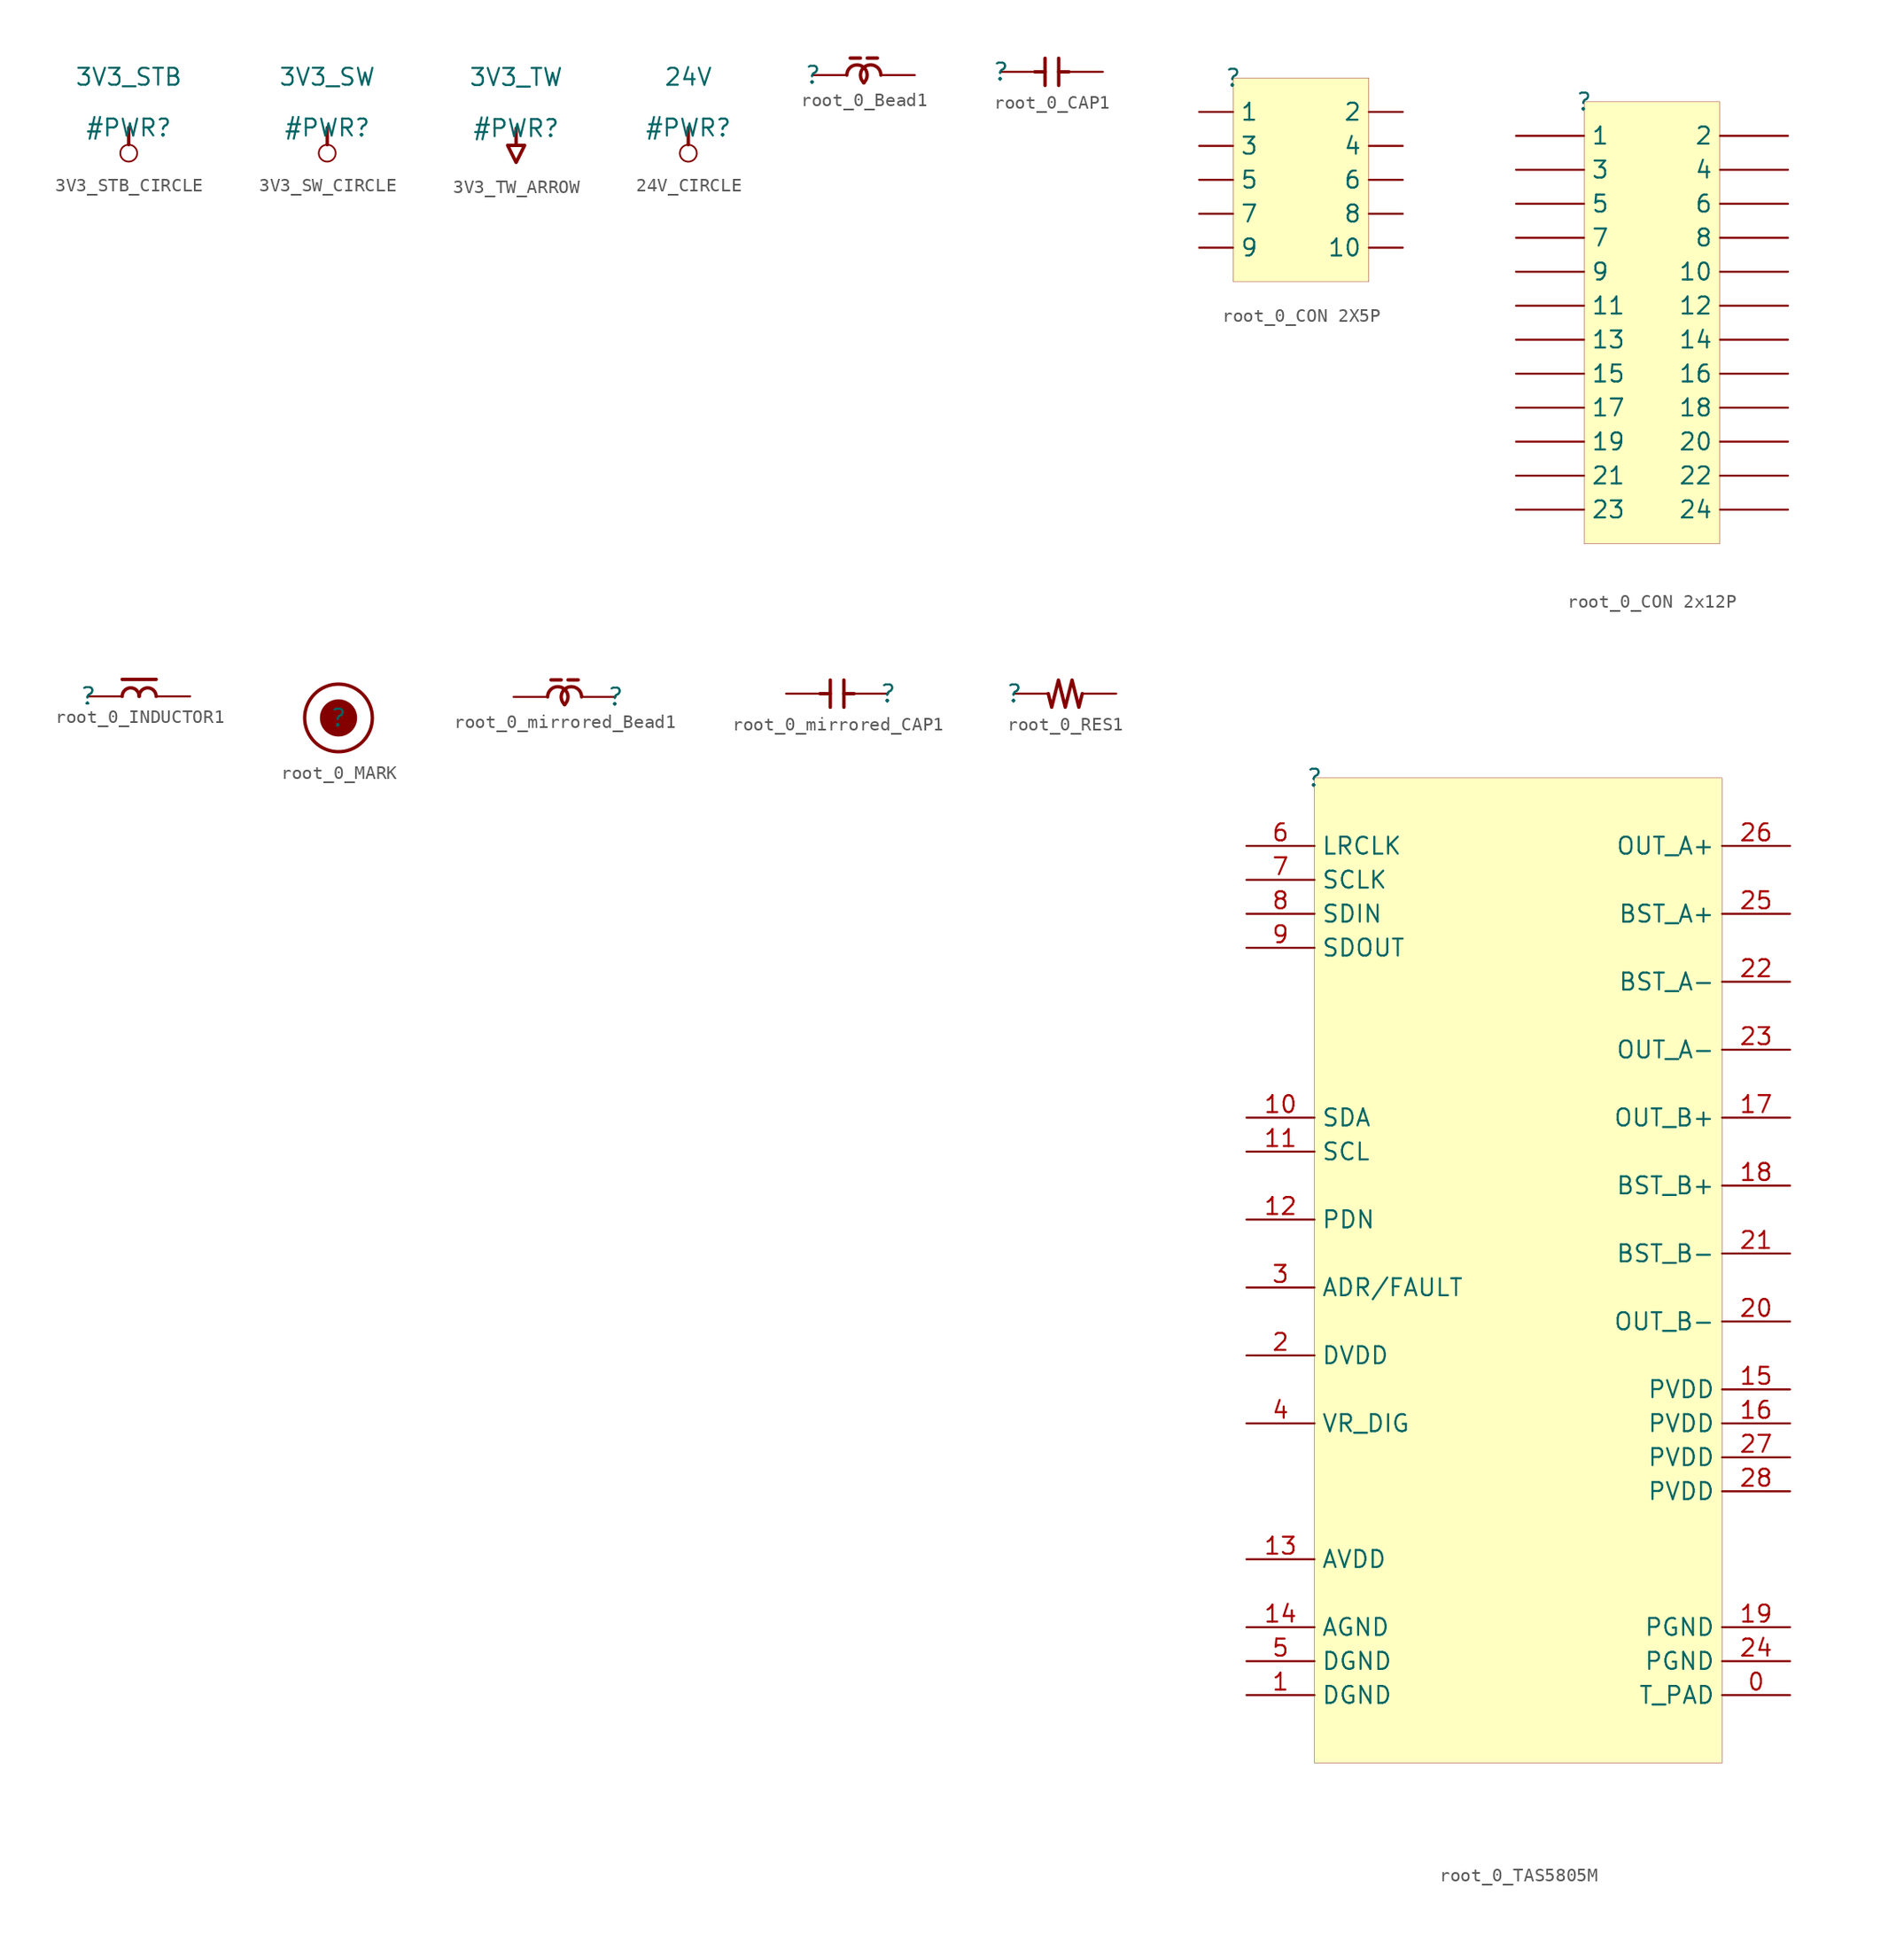
<source format=kicad_sym>
(kicad_symbol_lib
  (version 20231120)
  (generator "kicad_symbol_editor")
  (generator_version "8.0")
  (symbol "3V3_STB_CIRCLE"
    (power)
    (property "Reference" "#PWR"
      (at 0 0 0)
      (effects (font (size 1.27 1.27))))
    (property "Value" "3V3_STB"
      (at 0 3.81 0)
      (effects (font (size 1.27 1.27))))
    (symbol "3V3_STB_CIRCLE_0_0"
      (circle (center 0 -1.905) (radius 0.635) (stroke (width 0.127) (type solid)) (fill (type none)))
      (polyline (pts (xy 0 0) (xy 0 -1.27)) (stroke (width 0.254) (type solid)) (fill (type none)))
      (pin power_in line (at 0 0 0) (length 0) hide (name "3V3_STB" (effects (font (size 1.27 1.27)))) (number "" (effects (font (size 1.27 1.27)))))))
  (symbol "3V3_SW_CIRCLE"
    (power)
    (property "Reference" "#PWR"
      (at 0 0 0)
      (effects (font (size 1.27 1.27))))
    (property "Value" "3V3_SW"
      (at 0 3.81 0)
      (effects (font (size 1.27 1.27))))
    (symbol "3V3_SW_CIRCLE_0_0"
      (circle (center 0 -1.905) (radius 0.635) (stroke (width 0.127) (type solid)) (fill (type none)))
      (polyline (pts (xy 0 0) (xy 0 -1.27)) (stroke (width 0.254) (type solid)) (fill (type none)))
      (pin power_in line (at 0 0 0) (length 0) hide (name "3V3_SW" (effects (font (size 1.27 1.27)))) (number "" (effects (font (size 1.27 1.27)))))))
  (symbol "3V3_TW_ARROW"
    (power)
    (property "Reference" "#PWR"
      (at 0 0 0)
      (effects (font (size 1.27 1.27))))
    (property "Value" "3V3_TW"
      (at 0 3.81 0)
      (effects (font (size 1.27 1.27))))
    (symbol "3V3_TW_ARROW_0_0"
      (polyline (pts (xy 0 0) (xy 0 -1.27)) (stroke (width 0.254) (type solid)) (fill (type none)))
      (polyline (pts (xy -0.635 -1.27) (xy 0.635 -1.27) (xy 0 -2.54) (xy -0.635 -1.27)) (stroke (width 0.254) (type solid)) (fill (type none)))
      (pin power_in line (at 0 0 0) (length 0) hide (name "3V3_TW" (effects (font (size 1.27 1.27)))) (number "" (effects (font (size 1.27 1.27)))))))
  (symbol "24V_CIRCLE"
    (power)
    (property "Reference" "#PWR"
      (at 0 0 0)
      (effects (font (size 1.27 1.27))))
    (property "Value" "24V"
      (at 0 3.81 0)
      (effects (font (size 1.27 1.27))))
    (symbol "24V_CIRCLE_0_0"
      (circle (center 0 -1.905) (radius 0.635) (stroke (width 0.127) (type solid)) (fill (type none)))
      (polyline (pts (xy 0 0) (xy 0 -1.27)) (stroke (width 0.254) (type solid)) (fill (type none)))
      (pin power_in line (at 0 0 0) (length 0) hide (name "24V" (effects (font (size 1.27 1.27)))) (number "" (effects (font (size 1.27 1.27)))))))
  (symbol "root_0_Bead1"
    (property "Reference" ""
      (at 0 0 0)
      (effects (font (size 1.27 1.27))))
    (property "Value" ""
      (at 0 0 0)
      (effects (font (size 1.27 1.27))))
    (symbol "root_0_Bead1_1_0"
      (polyline (pts (xy 2.794 1.27) (xy 3.556 1.27)) (stroke (width 0.254) (type solid)) (fill (type none)))
      (polyline (pts (xy 4.064 1.27) (xy 4.826 1.27)) (stroke (width 0.254) (type solid)) (fill (type none)))
      (arc (start 3.7918 -0.5837) (mid 3.624 0.6906) (end 2.54 0) (stroke (width 0.254) (type solid)) (fill (type none)))
      (arc (start 5.08 0) (mid 3.996 0.6906) (end 3.8282 -0.5837) (stroke (width 0.254) (type solid)) (fill (type none)))
      (pin passive line (at 0 0 0) (length 2.54) (name "1" (effects (font (size 0 0)))) (number "1" (effects (font (size 0 0)))))
      (pin passive line (at 7.62 0 180) (length 2.54) (name "2" (effects (font (size 0 0)))) (number "2" (effects (font (size 0 0)))))))
  (symbol "root_0_CAP1"
    (property "Reference" ""
      (at 0 0 0)
      (effects (font (size 1.27 1.27))))
    (property "Value" ""
      (at 0 0 0)
      (effects (font (size 1.27 1.27))))
    (symbol "root_0_CAP1_1_0"
      (polyline (pts (xy 2.54 0) (xy 3.302 0)) (stroke (width 0.254) (type solid)) (fill (type none)))
      (polyline (pts (xy 3.302 1.016) (xy 3.302 -1.016)) (stroke (width 0.254) (type solid)) (fill (type none)))
      (polyline (pts (xy 4.318 1.016) (xy 4.318 -1.016)) (stroke (width 0.254) (type solid)) (fill (type none)))
      (polyline (pts (xy 5.08 0) (xy 4.318 0)) (stroke (width 0.254) (type solid)) (fill (type none)))
      (pin passive line (at 0 0 0) (length 2.54) (name "1" (effects (font (size 0 0)))) (number "1" (effects (font (size 0 0)))))
      (pin passive line (at 7.62 0 180) (length 2.54) (name "2" (effects (font (size 0 0)))) (number "2" (effects (font (size 0 0)))))))
  (symbol "root_0_CON 2X5P"
    (property "Reference" ""
      (at 0 0 0)
      (effects (font (size 1.27 1.27))))
    (property "Value" ""
      (at 0 0 0)
      (effects (font (size 1.27 1.27))))
    (symbol "root_0_CON 2X5P_1_0"
      (rectangle (start 10.16 0) (end 0 -15.24) (stroke (width 0.025) (type solid) (color 128 0 0 1)) (fill (type background)))
      (pin passive line (at -2.54 -2.54 0) (length 2.54) (name "1" (effects (font (size 1.27 1.27)))) (number "1" (effects (font (size 0 0)))))
      (pin passive line (at 12.7 -12.7 180) (length 2.54) (name "10" (effects (font (size 1.27 1.27)))) (number "10" (effects (font (size 0 0)))))
      (pin passive line (at 12.7 -2.54 180) (length 2.54) (name "2" (effects (font (size 1.27 1.27)))) (number "2" (effects (font (size 0 0)))))
      (pin passive line (at -2.54 -5.08 0) (length 2.54) (name "3" (effects (font (size 1.27 1.27)))) (number "3" (effects (font (size 0 0)))))
      (pin passive line (at 12.7 -5.08 180) (length 2.54) (name "4" (effects (font (size 1.27 1.27)))) (number "4" (effects (font (size 0 0)))))
      (pin passive line (at -2.54 -7.62 0) (length 2.54) (name "5" (effects (font (size 1.27 1.27)))) (number "5" (effects (font (size 0 0)))))
      (pin passive line (at 12.7 -7.62 180) (length 2.54) (name "6" (effects (font (size 1.27 1.27)))) (number "6" (effects (font (size 0 0)))))
      (pin passive line (at -2.54 -10.16 0) (length 2.54) (name "7" (effects (font (size 1.27 1.27)))) (number "7" (effects (font (size 0 0)))))
      (pin passive line (at 12.7 -10.16 180) (length 2.54) (name "8" (effects (font (size 1.27 1.27)))) (number "8" (effects (font (size 0 0)))))
      (pin passive line (at -2.54 -12.7 0) (length 2.54) (name "9" (effects (font (size 1.27 1.27)))) (number "9" (effects (font (size 0 0)))))))
  (symbol "root_0_CON 2x12P"
    (property "Reference" ""
      (at 0 0 0)
      (effects (font (size 1.27 1.27))))
    (property "Value" ""
      (at 0 0 0)
      (effects (font (size 1.27 1.27))))
    (symbol "root_0_CON 2x12P_1_0"
      (rectangle (start 10.16 0) (end 0 -33.02) (stroke (width 0.025) (type solid) (color 128 0 0 1)) (fill (type background)))
      (pin passive line (at -5.08 -2.54 0) (length 5.08) (name "1" (effects (font (size 1.27 1.27)))) (number "1" (effects (font (size 0 0)))))
      (pin passive line (at 15.24 -12.7 180) (length 5.08) (name "10" (effects (font (size 1.27 1.27)))) (number "10" (effects (font (size 0 0)))))
      (pin passive line (at -5.08 -15.24 0) (length 5.08) (name "11" (effects (font (size 1.27 1.27)))) (number "11" (effects (font (size 0 0)))))
      (pin passive line (at 15.24 -15.24 180) (length 5.08) (name "12" (effects (font (size 1.27 1.27)))) (number "12" (effects (font (size 0 0)))))
      (pin passive line (at -5.08 -17.78 0) (length 5.08) (name "13" (effects (font (size 1.27 1.27)))) (number "13" (effects (font (size 0 0)))))
      (pin passive line (at 15.24 -17.78 180) (length 5.08) (name "14" (effects (font (size 1.27 1.27)))) (number "14" (effects (font (size 0 0)))))
      (pin passive line (at -5.08 -20.32 0) (length 5.08) (name "15" (effects (font (size 1.27 1.27)))) (number "15" (effects (font (size 0 0)))))
      (pin passive line (at 15.24 -20.32 180) (length 5.08) (name "16" (effects (font (size 1.27 1.27)))) (number "16" (effects (font (size 0 0)))))
      (pin passive line (at -5.08 -22.86 0) (length 5.08) (name "17" (effects (font (size 1.27 1.27)))) (number "17" (effects (font (size 0 0)))))
      (pin passive line (at 15.24 -22.86 180) (length 5.08) (name "18" (effects (font (size 1.27 1.27)))) (number "18" (effects (font (size 0 0)))))
      (pin passive line (at -5.08 -25.4 0) (length 5.08) (name "19" (effects (font (size 1.27 1.27)))) (number "19" (effects (font (size 0 0)))))
      (pin passive line (at 15.24 -2.54 180) (length 5.08) (name "2" (effects (font (size 1.27 1.27)))) (number "2" (effects (font (size 0 0)))))
      (pin passive line (at 15.24 -25.4 180) (length 5.08) (name "20" (effects (font (size 1.27 1.27)))) (number "20" (effects (font (size 0 0)))))
      (pin passive line (at -5.08 -27.94 0) (length 5.08) (name "21" (effects (font (size 1.27 1.27)))) (number "21" (effects (font (size 0 0)))))
      (pin passive line (at 15.24 -27.94 180) (length 5.08) (name "22" (effects (font (size 1.27 1.27)))) (number "22" (effects (font (size 0 0)))))
      (pin passive line (at -5.08 -30.48 0) (length 5.08) (name "23" (effects (font (size 1.27 1.27)))) (number "23" (effects (font (size 0 0)))))
      (pin passive line (at 15.24 -30.48 180) (length 5.08) (name "24" (effects (font (size 1.27 1.27)))) (number "24" (effects (font (size 0 0)))))
      (pin passive line (at -5.08 -5.08 0) (length 5.08) (name "3" (effects (font (size 1.27 1.27)))) (number "3" (effects (font (size 0 0)))))
      (pin passive line (at 15.24 -5.08 180) (length 5.08) (name "4" (effects (font (size 1.27 1.27)))) (number "4" (effects (font (size 0 0)))))
      (pin passive line (at -5.08 -7.62 0) (length 5.08) (name "5" (effects (font (size 1.27 1.27)))) (number "5" (effects (font (size 0 0)))))
      (pin passive line (at 15.24 -7.62 180) (length 5.08) (name "6" (effects (font (size 1.27 1.27)))) (number "6" (effects (font (size 0 0)))))
      (pin passive line (at -5.08 -10.16 0) (length 5.08) (name "7" (effects (font (size 1.27 1.27)))) (number "7" (effects (font (size 0 0)))))
      (pin passive line (at 15.24 -10.16 180) (length 5.08) (name "8" (effects (font (size 1.27 1.27)))) (number "8" (effects (font (size 0 0)))))
      (pin passive line (at -5.08 -12.7 0) (length 5.08) (name "9" (effects (font (size 1.27 1.27)))) (number "9" (effects (font (size 0 0)))))))
  (symbol "root_0_INDUCTOR1"
    (property "Reference" ""
      (at 0 0 0)
      (effects (font (size 1.27 1.27))))
    (property "Value" ""
      (at 0 0 0)
      (effects (font (size 1.27 1.27))))
    (symbol "root_0_INDUCTOR1_1_0"
      (polyline (pts (xy 2.54 1.27) (xy 5.08 1.27)) (stroke (width 0.254) (type solid)) (fill (type none)))
      (arc (start 3.81 0) (mid 3.175 0.635) (end 2.54 0) (stroke (width 0.254) (type solid)) (fill (type none)))
      (arc (start 5.08 0) (mid 4.445 0.635) (end 3.81 0) (stroke (width 0.254) (type solid)) (fill (type none)))
      (pin passive line (at 0 0 0) (length 2.54) (name "1" (effects (font (size 0 0)))) (number "1" (effects (font (size 0 0)))))
      (pin passive line (at 7.62 0 180) (length 2.54) (name "2" (effects (font (size 0 0)))) (number "2" (effects (font (size 0 0)))))))
  (symbol "root_0_MARK"
    (property "Reference" ""
      (at 0 0 0)
      (effects (font (size 1.27 1.27))))
    (property "Value" ""
      (at 0 0 0)
      (effects (font (size 1.27 1.27))))
    (symbol "root_0_MARK_1_0"
      (circle (center 0 0) (radius 1.27) (stroke (width 0.254) (type solid)) (fill (type outline)))
      (circle (center 0 0) (radius 2.54) (stroke (width 0.254) (type solid)) (fill (type none)))
      (pin passive line (at 1.27 0 180) (length 1.27) (name "MK_B" (effects (font (size 0 0)))) (number "MK_B" (effects (font (size 0 0)))))
      (pin passive line (at -1.27 0 0) (length 1.27) (name "MK_T" (effects (font (size 0 0)))) (number "MK_T" (effects (font (size 0 0)))))))
  (symbol "root_0_mirrored_Bead1"
    (property "Reference" ""
      (at 0 0 0)
      (effects (font (size 1.27 1.27))))
    (property "Value" ""
      (at 0 0 0)
      (effects (font (size 1.27 1.27))))
    (symbol "root_0_mirrored_Bead1_1_0"
      (arc (start -3.8282 -0.5837) (mid -3.996 0.6906) (end -5.08 0) (stroke (width 0.254) (type solid)) (fill (type none)))
      (arc (start -2.54 0) (mid -3.624 0.6906) (end -3.7918 -0.5837) (stroke (width 0.254) (type solid)) (fill (type none)))
      (polyline (pts (xy -4.064 1.27) (xy -4.826 1.27)) (stroke (width 0.254) (type solid)) (fill (type none)))
      (polyline (pts (xy -2.794 1.27) (xy -3.556 1.27)) (stroke (width 0.254) (type solid)) (fill (type none)))
      (pin passive line (at 0 0 180) (length 2.54) (name "1" (effects (font (size 0 0)))) (number "1" (effects (font (size 0 0)))))
      (pin passive line (at -7.62 0 0) (length 2.54) (name "2" (effects (font (size 0 0)))) (number "2" (effects (font (size 0 0)))))))
  (symbol "root_0_mirrored_CAP1"
    (property "Reference" ""
      (at 0 0 0)
      (effects (font (size 1.27 1.27))))
    (property "Value" ""
      (at 0 0 0)
      (effects (font (size 1.27 1.27))))
    (symbol "root_0_mirrored_CAP1_1_0"
      (polyline (pts (xy -5.08 0) (xy -4.318 0)) (stroke (width 0.254) (type solid)) (fill (type none)))
      (polyline (pts (xy -4.318 1.016) (xy -4.318 -1.016)) (stroke (width 0.254) (type solid)) (fill (type none)))
      (polyline (pts (xy -3.302 1.016) (xy -3.302 -1.016)) (stroke (width 0.254) (type solid)) (fill (type none)))
      (polyline (pts (xy -2.54 0) (xy -3.302 0)) (stroke (width 0.254) (type solid)) (fill (type none)))
      (pin passive line (at 0 0 180) (length 2.54) (name "1" (effects (font (size 0 0)))) (number "1" (effects (font (size 0 0)))))
      (pin passive line (at -7.62 0 0) (length 2.54) (name "2" (effects (font (size 0 0)))) (number "2" (effects (font (size 0 0)))))))
  (symbol "root_0_RES1"
    (property "Reference" ""
      (at 0 0 0)
      (effects (font (size 1.27 1.27))))
    (property "Value" ""
      (at 0 0 0)
      (effects (font (size 1.27 1.27))))
    (symbol "root_0_RES1_1_0"
      (polyline (pts (xy 2.54 0) (xy 2.794 -1.016) (xy 3.302 1.016) (xy 3.81 -1.016) (xy 4.318 1.016) (xy 4.826 -1.016) (xy 5.08 0)) (stroke (width 0.254) (type solid)) (fill (type none)))
      (pin passive line (at 0 0 0) (length 2.54) (name "1" (effects (font (size 0 0)))) (number "1" (effects (font (size 0 0)))))
      (pin passive line (at 7.62 0 180) (length 2.54) (name "2" (effects (font (size 0 0)))) (number "2" (effects (font (size 0 0)))))))
  (symbol "root_0_TAS5805M"
    (property "Reference" ""
      (at 0 0 0)
      (effects (font (size 1.27 1.27))))
    (property "Value" ""
      (at 0 0 0)
      (effects (font (size 1.27 1.27))))
    (symbol "root_0_TAS5805M_1_0"
      (rectangle (start 30.48 0) (end 0 -73.66) (stroke (width 0.025) (type solid) (color 128 0 0 1)) (fill (type background)))
      (pin passive line (at 35.56 -68.58 180) (length 5.08) (name "T_PAD" (effects (font (size 1.27 1.27)))) (number "0" (effects (font (size 1.27 1.27)))))
      (pin passive line (at -5.08 -68.58 0) (length 5.08) (name "DGND" (effects (font (size 1.27 1.27)))) (number "1" (effects (font (size 1.27 1.27)))))
      (pin passive line (at -5.08 -25.4 0) (length 5.08) (name "SDA" (effects (font (size 1.27 1.27)))) (number "10" (effects (font (size 1.27 1.27)))))
      (pin passive line (at -5.08 -27.94 0) (length 5.08) (name "SCL" (effects (font (size 1.27 1.27)))) (number "11" (effects (font (size 1.27 1.27)))))
      (pin passive line (at -5.08 -33.02 0) (length 5.08) (name "PDN" (effects (font (size 1.27 1.27)))) (number "12" (effects (font (size 1.27 1.27)))))
      (pin passive line (at -5.08 -58.42 0) (length 5.08) (name "AVDD" (effects (font (size 1.27 1.27)))) (number "13" (effects (font (size 1.27 1.27)))))
      (pin passive line (at -5.08 -63.5 0) (length 5.08) (name "AGND" (effects (font (size 1.27 1.27)))) (number "14" (effects (font (size 1.27 1.27)))))
      (pin passive line (at 35.56 -45.72 180) (length 5.08) (name "PVDD" (effects (font (size 1.27 1.27)))) (number "15" (effects (font (size 1.27 1.27)))))
      (pin passive line (at 35.56 -48.26 180) (length 5.08) (name "PVDD" (effects (font (size 1.27 1.27)))) (number "16" (effects (font (size 1.27 1.27)))))
      (pin passive line (at 35.56 -25.4 180) (length 5.08) (name "OUT_B+" (effects (font (size 1.27 1.27)))) (number "17" (effects (font (size 1.27 1.27)))))
      (pin passive line (at 35.56 -30.48 180) (length 5.08) (name "BST_B+" (effects (font (size 1.27 1.27)))) (number "18" (effects (font (size 1.27 1.27)))))
      (pin passive line (at 35.56 -63.5 180) (length 5.08) (name "PGND" (effects (font (size 1.27 1.27)))) (number "19" (effects (font (size 1.27 1.27)))))
      (pin passive line (at -5.08 -43.18 0) (length 5.08) (name "DVDD" (effects (font (size 1.27 1.27)))) (number "2" (effects (font (size 1.27 1.27)))))
      (pin passive line (at 35.56 -40.64 180) (length 5.08) (name "OUT_B-" (effects (font (size 1.27 1.27)))) (number "20" (effects (font (size 1.27 1.27)))))
      (pin passive line (at 35.56 -35.56 180) (length 5.08) (name "BST_B-" (effects (font (size 1.27 1.27)))) (number "21" (effects (font (size 1.27 1.27)))))
      (pin passive line (at 35.56 -15.24 180) (length 5.08) (name "BST_A-" (effects (font (size 1.27 1.27)))) (number "22" (effects (font (size 1.27 1.27)))))
      (pin passive line (at 35.56 -20.32 180) (length 5.08) (name "OUT_A-" (effects (font (size 1.27 1.27)))) (number "23" (effects (font (size 1.27 1.27)))))
      (pin passive line (at 35.56 -66.04 180) (length 5.08) (name "PGND" (effects (font (size 1.27 1.27)))) (number "24" (effects (font (size 1.27 1.27)))))
      (pin passive line (at 35.56 -10.16 180) (length 5.08) (name "BST_A+" (effects (font (size 1.27 1.27)))) (number "25" (effects (font (size 1.27 1.27)))))
      (pin passive line (at 35.56 -5.08 180) (length 5.08) (name "OUT_A+" (effects (font (size 1.27 1.27)))) (number "26" (effects (font (size 1.27 1.27)))))
      (pin passive line (at 35.56 -50.8 180) (length 5.08) (name "PVDD" (effects (font (size 1.27 1.27)))) (number "27" (effects (font (size 1.27 1.27)))))
      (pin passive line (at 35.56 -53.34 180) (length 5.08) (name "PVDD" (effects (font (size 1.27 1.27)))) (number "28" (effects (font (size 1.27 1.27)))))
      (pin passive line (at -5.08 -38.1 0) (length 5.08) (name "ADR/FAULT" (effects (font (size 1.27 1.27)))) (number "3" (effects (font (size 1.27 1.27)))))
      (pin passive line (at -5.08 -48.26 0) (length 5.08) (name "VR_DIG" (effects (font (size 1.27 1.27)))) (number "4" (effects (font (size 1.27 1.27)))))
      (pin passive line (at -5.08 -66.04 0) (length 5.08) (name "DGND" (effects (font (size 1.27 1.27)))) (number "5" (effects (font (size 1.27 1.27)))))
      (pin passive line (at -5.08 -5.08 0) (length 5.08) (name "LRCLK" (effects (font (size 1.27 1.27)))) (number "6" (effects (font (size 1.27 1.27)))))
      (pin passive line (at -5.08 -7.62 0) (length 5.08) (name "SCLK" (effects (font (size 1.27 1.27)))) (number "7" (effects (font (size 1.27 1.27)))))
      (pin passive line (at -5.08 -10.16 0) (length 5.08) (name "SDIN" (effects (font (size 1.27 1.27)))) (number "8" (effects (font (size 1.27 1.27)))))
      (pin passive line (at -5.08 -12.7 0) (length 5.08) (name "SDOUT" (effects (font (size 1.27 1.27)))) (number "9" (effects (font (size 1.27 1.27))))))))
</source>
